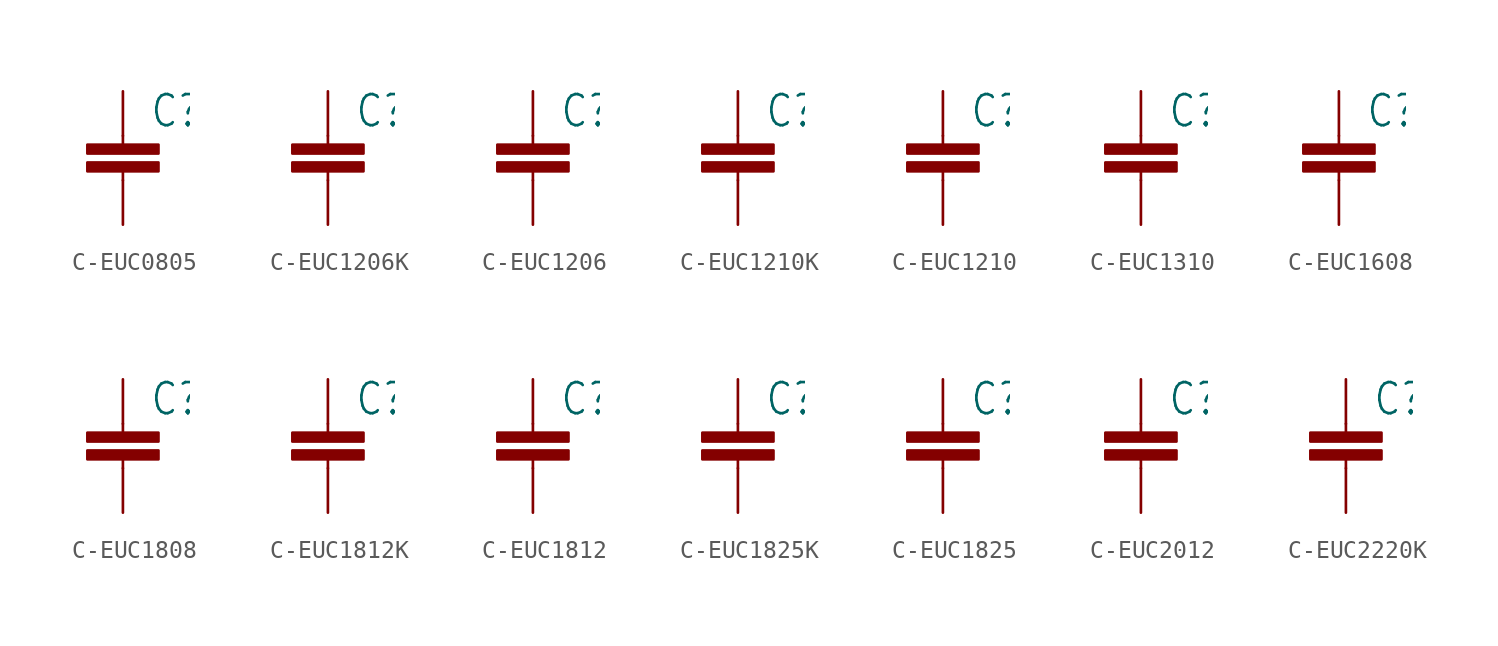
<source format=kicad_sym>
(kicad_symbol_lib
  (version 20241209)
  (generator "kicad_symbol_editor")
  (generator_version "9.0")
  (symbol "C-EUC0805"
    (property "Reference" "C"
      (at 1.524 0.381 0)
      (effects (font (size 1.778 1.511)) (justify left bottom)))
    (property "Value" ""
      (at 1.524 -4.699 0)
      (effects (font (size 1.778 1.511)) (justify left bottom)))
    (property "ki_locked" ""
      (at 0 0 0)
      (effects (font (size 1.27 1.27))))
    (symbol "C-EUC0805_1_0"
      (rectangle (start -2.032 -1.016) (end 2.032 -0.508) (stroke (width 0) (type default)) (fill (type outline)))
      (rectangle (start -2.032 -2.032) (end 2.032 -1.524) (stroke (width 0) (type default)) (fill (type outline)))
      (polyline (pts (xy 0 0) (xy 0 -0.508)) (stroke (width 0.152) (type solid)) (fill (type none)))
      (polyline (pts (xy 0 -2.54) (xy 0 -2.032)) (stroke (width 0.152) (type solid)) (fill (type none)))
      (pin passive line (at 0 2.54 270) (length 2.54) (name "1" (effects (font (size 0 0)))) (number "1" (effects (font (size 0 0)))))
      (pin passive line (at 0 -5.08 90) (length 2.54) (name "2" (effects (font (size 0 0)))) (number "2" (effects (font (size 0 0)))))))
  (symbol "C-EUC1206K"
    (property "Reference" "C"
      (at 1.524 0.381 0)
      (effects (font (size 1.778 1.511)) (justify left bottom)))
    (property "Value" ""
      (at 1.524 -4.699 0)
      (effects (font (size 1.778 1.511)) (justify left bottom)))
    (property "ki_locked" ""
      (at 0 0 0)
      (effects (font (size 1.27 1.27))))
    (symbol "C-EUC1206K_1_0"
      (rectangle (start -2.032 -1.016) (end 2.032 -0.508) (stroke (width 0) (type default)) (fill (type outline)))
      (rectangle (start -2.032 -2.032) (end 2.032 -1.524) (stroke (width 0) (type default)) (fill (type outline)))
      (polyline (pts (xy 0 0) (xy 0 -0.508)) (stroke (width 0.152) (type solid)) (fill (type none)))
      (polyline (pts (xy 0 -2.54) (xy 0 -2.032)) (stroke (width 0.152) (type solid)) (fill (type none)))
      (pin passive line (at 0 2.54 270) (length 2.54) (name "1" (effects (font (size 0 0)))) (number "1" (effects (font (size 0 0)))))
      (pin passive line (at 0 -5.08 90) (length 2.54) (name "2" (effects (font (size 0 0)))) (number "2" (effects (font (size 0 0)))))))
  (symbol "C-EUC1206"
    (property "Reference" "C"
      (at 1.524 0.381 0)
      (effects (font (size 1.778 1.511)) (justify left bottom)))
    (property "Value" ""
      (at 1.524 -4.699 0)
      (effects (font (size 1.778 1.511)) (justify left bottom)))
    (property "ki_locked" ""
      (at 0 0 0)
      (effects (font (size 1.27 1.27))))
    (symbol "C-EUC1206_1_0"
      (rectangle (start -2.032 -1.016) (end 2.032 -0.508) (stroke (width 0) (type default)) (fill (type outline)))
      (rectangle (start -2.032 -2.032) (end 2.032 -1.524) (stroke (width 0) (type default)) (fill (type outline)))
      (polyline (pts (xy 0 0) (xy 0 -0.508)) (stroke (width 0.152) (type solid)) (fill (type none)))
      (polyline (pts (xy 0 -2.54) (xy 0 -2.032)) (stroke (width 0.152) (type solid)) (fill (type none)))
      (pin passive line (at 0 2.54 270) (length 2.54) (name "1" (effects (font (size 0 0)))) (number "1" (effects (font (size 0 0)))))
      (pin passive line (at 0 -5.08 90) (length 2.54) (name "2" (effects (font (size 0 0)))) (number "2" (effects (font (size 0 0)))))))
  (symbol "C-EUC1210K"
    (property "Reference" "C"
      (at 1.524 0.381 0)
      (effects (font (size 1.778 1.511)) (justify left bottom)))
    (property "Value" ""
      (at 1.524 -4.699 0)
      (effects (font (size 1.778 1.511)) (justify left bottom)))
    (property "ki_locked" ""
      (at 0 0 0)
      (effects (font (size 1.27 1.27))))
    (symbol "C-EUC1210K_1_0"
      (rectangle (start -2.032 -1.016) (end 2.032 -0.508) (stroke (width 0) (type default)) (fill (type outline)))
      (rectangle (start -2.032 -2.032) (end 2.032 -1.524) (stroke (width 0) (type default)) (fill (type outline)))
      (polyline (pts (xy 0 0) (xy 0 -0.508)) (stroke (width 0.152) (type solid)) (fill (type none)))
      (polyline (pts (xy 0 -2.54) (xy 0 -2.032)) (stroke (width 0.152) (type solid)) (fill (type none)))
      (pin passive line (at 0 2.54 270) (length 2.54) (name "1" (effects (font (size 0 0)))) (number "1" (effects (font (size 0 0)))))
      (pin passive line (at 0 -5.08 90) (length 2.54) (name "2" (effects (font (size 0 0)))) (number "2" (effects (font (size 0 0)))))))
  (symbol "C-EUC1210"
    (property "Reference" "C"
      (at 1.524 0.381 0)
      (effects (font (size 1.778 1.511)) (justify left bottom)))
    (property "Value" ""
      (at 1.524 -4.699 0)
      (effects (font (size 1.778 1.511)) (justify left bottom)))
    (property "ki_locked" ""
      (at 0 0 0)
      (effects (font (size 1.27 1.27))))
    (symbol "C-EUC1210_1_0"
      (rectangle (start -2.032 -1.016) (end 2.032 -0.508) (stroke (width 0) (type default)) (fill (type outline)))
      (rectangle (start -2.032 -2.032) (end 2.032 -1.524) (stroke (width 0) (type default)) (fill (type outline)))
      (polyline (pts (xy 0 0) (xy 0 -0.508)) (stroke (width 0.152) (type solid)) (fill (type none)))
      (polyline (pts (xy 0 -2.54) (xy 0 -2.032)) (stroke (width 0.152) (type solid)) (fill (type none)))
      (pin passive line (at 0 2.54 270) (length 2.54) (name "1" (effects (font (size 0 0)))) (number "1" (effects (font (size 0 0)))))
      (pin passive line (at 0 -5.08 90) (length 2.54) (name "2" (effects (font (size 0 0)))) (number "2" (effects (font (size 0 0)))))))
  (symbol "C-EUC1310"
    (property "Reference" "C"
      (at 1.524 0.381 0)
      (effects (font (size 1.778 1.511)) (justify left bottom)))
    (property "Value" ""
      (at 1.524 -4.699 0)
      (effects (font (size 1.778 1.511)) (justify left bottom)))
    (property "ki_locked" ""
      (at 0 0 0)
      (effects (font (size 1.27 1.27))))
    (symbol "C-EUC1310_1_0"
      (rectangle (start -2.032 -1.016) (end 2.032 -0.508) (stroke (width 0) (type default)) (fill (type outline)))
      (rectangle (start -2.032 -2.032) (end 2.032 -1.524) (stroke (width 0) (type default)) (fill (type outline)))
      (polyline (pts (xy 0 0) (xy 0 -0.508)) (stroke (width 0.152) (type solid)) (fill (type none)))
      (polyline (pts (xy 0 -2.54) (xy 0 -2.032)) (stroke (width 0.152) (type solid)) (fill (type none)))
      (pin passive line (at 0 2.54 270) (length 2.54) (name "1" (effects (font (size 0 0)))) (number "1" (effects (font (size 0 0)))))
      (pin passive line (at 0 -5.08 90) (length 2.54) (name "2" (effects (font (size 0 0)))) (number "2" (effects (font (size 0 0)))))))
  (symbol "C-EUC1608"
    (property "Reference" "C"
      (at 1.524 0.381 0)
      (effects (font (size 1.778 1.511)) (justify left bottom)))
    (property "Value" ""
      (at 1.524 -4.699 0)
      (effects (font (size 1.778 1.511)) (justify left bottom)))
    (property "ki_locked" ""
      (at 0 0 0)
      (effects (font (size 1.27 1.27))))
    (symbol "C-EUC1608_1_0"
      (rectangle (start -2.032 -1.016) (end 2.032 -0.508) (stroke (width 0) (type default)) (fill (type outline)))
      (rectangle (start -2.032 -2.032) (end 2.032 -1.524) (stroke (width 0) (type default)) (fill (type outline)))
      (polyline (pts (xy 0 0) (xy 0 -0.508)) (stroke (width 0.152) (type solid)) (fill (type none)))
      (polyline (pts (xy 0 -2.54) (xy 0 -2.032)) (stroke (width 0.152) (type solid)) (fill (type none)))
      (pin passive line (at 0 2.54 270) (length 2.54) (name "1" (effects (font (size 0 0)))) (number "1" (effects (font (size 0 0)))))
      (pin passive line (at 0 -5.08 90) (length 2.54) (name "2" (effects (font (size 0 0)))) (number "2" (effects (font (size 0 0)))))))
  (symbol "C-EUC1808"
    (property "Reference" "C"
      (at 1.524 0.381 0)
      (effects (font (size 1.778 1.511)) (justify left bottom)))
    (property "Value" ""
      (at 1.524 -4.699 0)
      (effects (font (size 1.778 1.511)) (justify left bottom)))
    (property "ki_locked" ""
      (at 0 0 0)
      (effects (font (size 1.27 1.27))))
    (symbol "C-EUC1808_1_0"
      (rectangle (start -2.032 -1.016) (end 2.032 -0.508) (stroke (width 0) (type default)) (fill (type outline)))
      (rectangle (start -2.032 -2.032) (end 2.032 -1.524) (stroke (width 0) (type default)) (fill (type outline)))
      (polyline (pts (xy 0 0) (xy 0 -0.508)) (stroke (width 0.152) (type solid)) (fill (type none)))
      (polyline (pts (xy 0 -2.54) (xy 0 -2.032)) (stroke (width 0.152) (type solid)) (fill (type none)))
      (pin passive line (at 0 2.54 270) (length 2.54) (name "1" (effects (font (size 0 0)))) (number "1" (effects (font (size 0 0)))))
      (pin passive line (at 0 -5.08 90) (length 2.54) (name "2" (effects (font (size 0 0)))) (number "2" (effects (font (size 0 0)))))))
  (symbol "C-EUC1812K"
    (property "Reference" "C"
      (at 1.524 0.381 0)
      (effects (font (size 1.778 1.511)) (justify left bottom)))
    (property "Value" ""
      (at 1.524 -4.699 0)
      (effects (font (size 1.778 1.511)) (justify left bottom)))
    (property "ki_locked" ""
      (at 0 0 0)
      (effects (font (size 1.27 1.27))))
    (symbol "C-EUC1812K_1_0"
      (rectangle (start -2.032 -1.016) (end 2.032 -0.508) (stroke (width 0) (type default)) (fill (type outline)))
      (rectangle (start -2.032 -2.032) (end 2.032 -1.524) (stroke (width 0) (type default)) (fill (type outline)))
      (polyline (pts (xy 0 0) (xy 0 -0.508)) (stroke (width 0.152) (type solid)) (fill (type none)))
      (polyline (pts (xy 0 -2.54) (xy 0 -2.032)) (stroke (width 0.152) (type solid)) (fill (type none)))
      (pin passive line (at 0 2.54 270) (length 2.54) (name "1" (effects (font (size 0 0)))) (number "1" (effects (font (size 0 0)))))
      (pin passive line (at 0 -5.08 90) (length 2.54) (name "2" (effects (font (size 0 0)))) (number "2" (effects (font (size 0 0)))))))
  (symbol "C-EUC1812"
    (property "Reference" "C"
      (at 1.524 0.381 0)
      (effects (font (size 1.778 1.511)) (justify left bottom)))
    (property "Value" ""
      (at 1.524 -4.699 0)
      (effects (font (size 1.778 1.511)) (justify left bottom)))
    (property "ki_locked" ""
      (at 0 0 0)
      (effects (font (size 1.27 1.27))))
    (symbol "C-EUC1812_1_0"
      (rectangle (start -2.032 -1.016) (end 2.032 -0.508) (stroke (width 0) (type default)) (fill (type outline)))
      (rectangle (start -2.032 -2.032) (end 2.032 -1.524) (stroke (width 0) (type default)) (fill (type outline)))
      (polyline (pts (xy 0 0) (xy 0 -0.508)) (stroke (width 0.152) (type solid)) (fill (type none)))
      (polyline (pts (xy 0 -2.54) (xy 0 -2.032)) (stroke (width 0.152) (type solid)) (fill (type none)))
      (pin passive line (at 0 2.54 270) (length 2.54) (name "1" (effects (font (size 0 0)))) (number "1" (effects (font (size 0 0)))))
      (pin passive line (at 0 -5.08 90) (length 2.54) (name "2" (effects (font (size 0 0)))) (number "2" (effects (font (size 0 0)))))))
  (symbol "C-EUC1825K"
    (property "Reference" "C"
      (at 1.524 0.381 0)
      (effects (font (size 1.778 1.511)) (justify left bottom)))
    (property "Value" ""
      (at 1.524 -4.699 0)
      (effects (font (size 1.778 1.511)) (justify left bottom)))
    (property "ki_locked" ""
      (at 0 0 0)
      (effects (font (size 1.27 1.27))))
    (symbol "C-EUC1825K_1_0"
      (rectangle (start -2.032 -1.016) (end 2.032 -0.508) (stroke (width 0) (type default)) (fill (type outline)))
      (rectangle (start -2.032 -2.032) (end 2.032 -1.524) (stroke (width 0) (type default)) (fill (type outline)))
      (polyline (pts (xy 0 0) (xy 0 -0.508)) (stroke (width 0.152) (type solid)) (fill (type none)))
      (polyline (pts (xy 0 -2.54) (xy 0 -2.032)) (stroke (width 0.152) (type solid)) (fill (type none)))
      (pin passive line (at 0 2.54 270) (length 2.54) (name "1" (effects (font (size 0 0)))) (number "1" (effects (font (size 0 0)))))
      (pin passive line (at 0 -5.08 90) (length 2.54) (name "2" (effects (font (size 0 0)))) (number "2" (effects (font (size 0 0)))))))
  (symbol "C-EUC1825"
    (property "Reference" "C"
      (at 1.524 0.381 0)
      (effects (font (size 1.778 1.511)) (justify left bottom)))
    (property "Value" ""
      (at 1.524 -4.699 0)
      (effects (font (size 1.778 1.511)) (justify left bottom)))
    (property "ki_locked" ""
      (at 0 0 0)
      (effects (font (size 1.27 1.27))))
    (symbol "C-EUC1825_1_0"
      (rectangle (start -2.032 -1.016) (end 2.032 -0.508) (stroke (width 0) (type default)) (fill (type outline)))
      (rectangle (start -2.032 -2.032) (end 2.032 -1.524) (stroke (width 0) (type default)) (fill (type outline)))
      (polyline (pts (xy 0 0) (xy 0 -0.508)) (stroke (width 0.152) (type solid)) (fill (type none)))
      (polyline (pts (xy 0 -2.54) (xy 0 -2.032)) (stroke (width 0.152) (type solid)) (fill (type none)))
      (pin passive line (at 0 2.54 270) (length 2.54) (name "1" (effects (font (size 0 0)))) (number "1" (effects (font (size 0 0)))))
      (pin passive line (at 0 -5.08 90) (length 2.54) (name "2" (effects (font (size 0 0)))) (number "2" (effects (font (size 0 0)))))))
  (symbol "C-EUC2012"
    (property "Reference" "C"
      (at 1.524 0.381 0)
      (effects (font (size 1.778 1.511)) (justify left bottom)))
    (property "Value" ""
      (at 1.524 -4.699 0)
      (effects (font (size 1.778 1.511)) (justify left bottom)))
    (property "ki_locked" ""
      (at 0 0 0)
      (effects (font (size 1.27 1.27))))
    (symbol "C-EUC2012_1_0"
      (rectangle (start -2.032 -1.016) (end 2.032 -0.508) (stroke (width 0) (type default)) (fill (type outline)))
      (rectangle (start -2.032 -2.032) (end 2.032 -1.524) (stroke (width 0) (type default)) (fill (type outline)))
      (polyline (pts (xy 0 0) (xy 0 -0.508)) (stroke (width 0.152) (type solid)) (fill (type none)))
      (polyline (pts (xy 0 -2.54) (xy 0 -2.032)) (stroke (width 0.152) (type solid)) (fill (type none)))
      (pin passive line (at 0 2.54 270) (length 2.54) (name "1" (effects (font (size 0 0)))) (number "1" (effects (font (size 0 0)))))
      (pin passive line (at 0 -5.08 90) (length 2.54) (name "2" (effects (font (size 0 0)))) (number "2" (effects (font (size 0 0)))))))
  (symbol "C-EUC2220K"
    (property "Reference" "C"
      (at 1.524 0.381 0)
      (effects (font (size 1.778 1.511)) (justify left bottom)))
    (property "Value" ""
      (at 1.524 -4.699 0)
      (effects (font (size 1.778 1.511)) (justify left bottom)))
    (property "ki_locked" ""
      (at 0 0 0)
      (effects (font (size 1.27 1.27))))
    (symbol "C-EUC2220K_1_0"
      (rectangle (start -2.032 -1.016) (end 2.032 -0.508) (stroke (width 0) (type default)) (fill (type outline)))
      (rectangle (start -2.032 -2.032) (end 2.032 -1.524) (stroke (width 0) (type default)) (fill (type outline)))
      (polyline (pts (xy 0 0) (xy 0 -0.508)) (stroke (width 0.152) (type solid)) (fill (type none)))
      (polyline (pts (xy 0 -2.54) (xy 0 -2.032)) (stroke (width 0.152) (type solid)) (fill (type none)))
      (pin passive line (at 0 2.54 270) (length 2.54) (name "1" (effects (font (size 0 0)))) (number "1" (effects (font (size 0 0)))))
      (pin passive line (at 0 -5.08 90) (length 2.54) (name "2" (effects (font (size 0 0)))) (number "2" (effects (font (size 0 0))))))))
</source>
